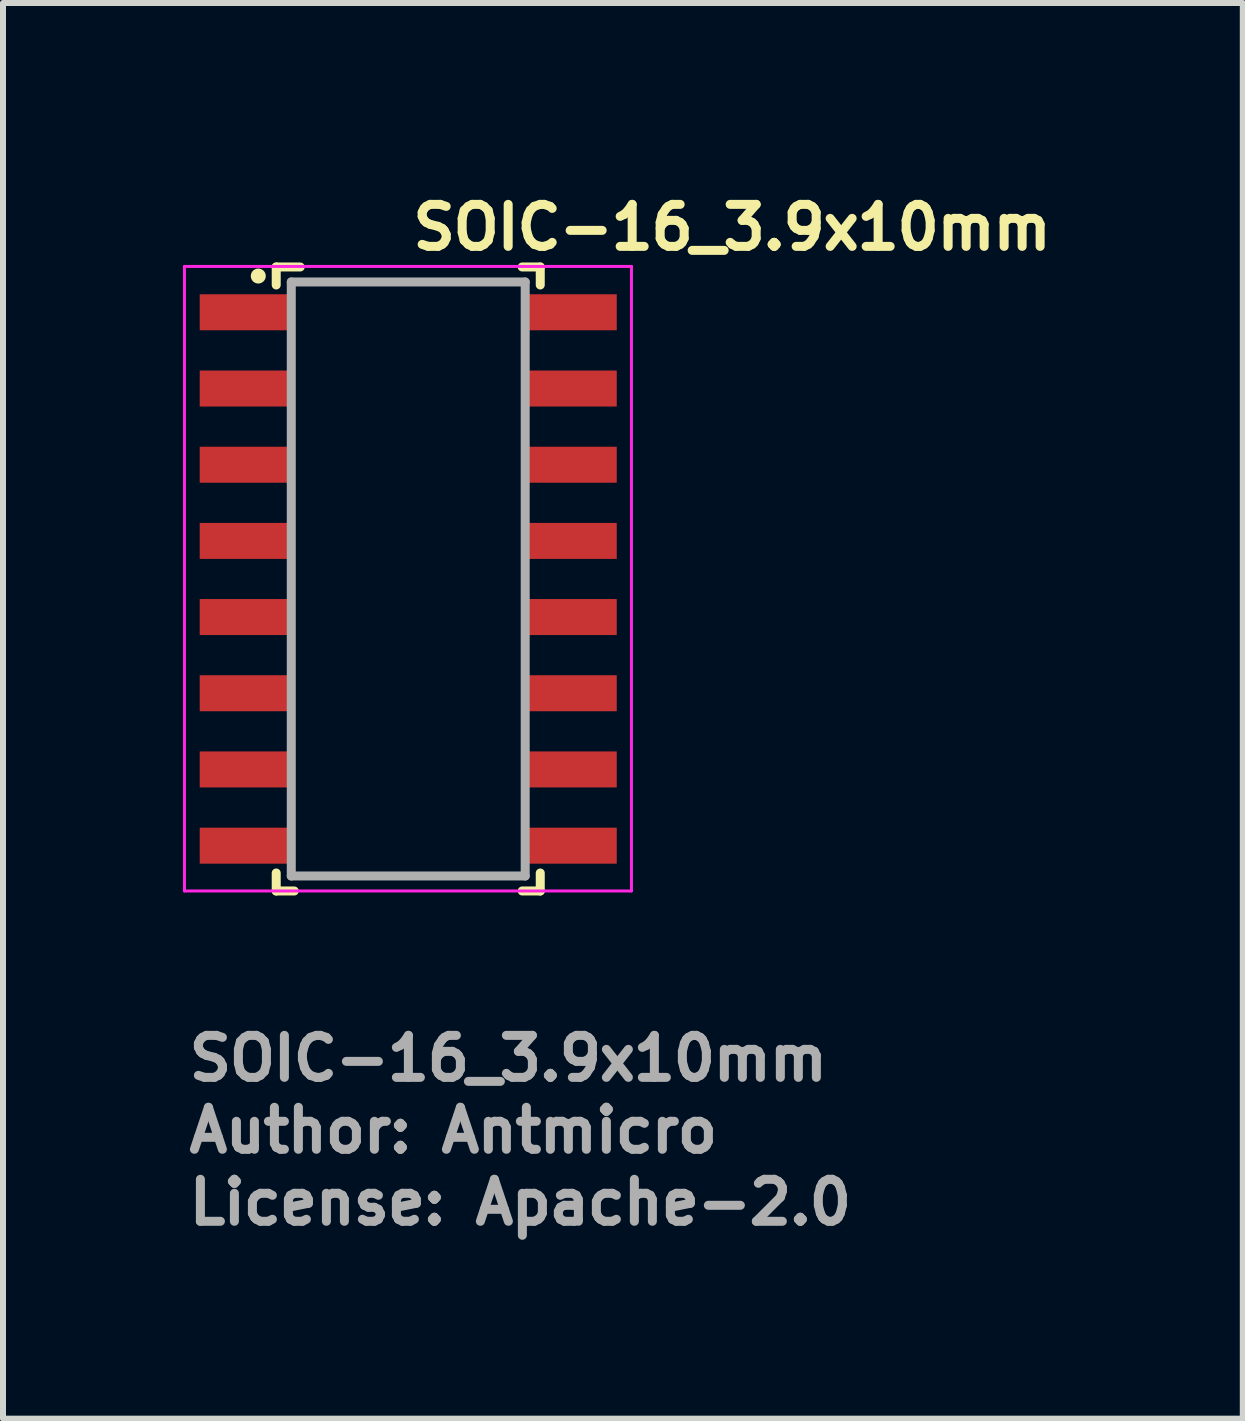
<source format=kicad_pcb>
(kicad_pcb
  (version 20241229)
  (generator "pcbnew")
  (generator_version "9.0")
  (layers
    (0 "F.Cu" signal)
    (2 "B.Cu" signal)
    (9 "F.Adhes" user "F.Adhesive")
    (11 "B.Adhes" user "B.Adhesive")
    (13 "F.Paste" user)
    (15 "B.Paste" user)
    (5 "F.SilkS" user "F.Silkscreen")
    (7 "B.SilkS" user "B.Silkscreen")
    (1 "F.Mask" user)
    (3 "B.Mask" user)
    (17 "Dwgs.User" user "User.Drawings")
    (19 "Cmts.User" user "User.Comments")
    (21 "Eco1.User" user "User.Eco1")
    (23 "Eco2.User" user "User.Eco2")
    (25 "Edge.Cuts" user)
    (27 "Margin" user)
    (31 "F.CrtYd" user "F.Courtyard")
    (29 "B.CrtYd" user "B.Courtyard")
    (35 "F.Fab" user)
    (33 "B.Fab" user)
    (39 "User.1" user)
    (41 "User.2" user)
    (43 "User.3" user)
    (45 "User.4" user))
  (footprint "SOIC-16_3.9x10mm"
    (layer "F.Cu")
    (at 3.755 6.601)
    (property "Reference" "SOIC-16_3.9x10mm" (at 0 -5.451 0) (layer "F.SilkS") (effects (font (size 0.7 0.7) (thickness 0.15)) (justify left bottom)))
    (attr smd)
    (fp_line (start -2.201 -5.201) (end -2.201 -4.901) (stroke (width 0.15) (type solid)) (layer "F.SilkS"))
    (fp_line (start -2.201 4.9) (end -2.201 5.2) (stroke (width 0.15) (type solid)) (layer "F.SilkS"))
    (fp_line (start -2.201 5.2) (end -1.9 5.2) (stroke (width 0.15) (type solid)) (layer "F.SilkS"))
    (fp_line (start -1.801 -5.201) (end -2.201 -5.201) (stroke (width 0.15) (type solid)) (layer "F.SilkS"))
    (fp_line (start 2.2 -5.201) (end 1.899 -5.201) (stroke (width 0.15) (type solid)) (layer "F.SilkS"))
    (fp_line (start 2.2 -4.901) (end 2.2 -5.201) (stroke (width 0.15) (type solid)) (layer "F.SilkS"))
    (fp_line (start 2.2 5.2) (end 1.899 5.2) (stroke (width 0.15) (type solid)) (layer "F.SilkS"))
    (fp_line (start 2.2 5.2) (end 2.2 4.9) (stroke (width 0.15) (type solid)) (layer "F.SilkS"))
    (fp_circle (center -2.5 -5.05) (end -2.45 -5.05) (stroke (width 0.15) (type solid)) (fill yes) (layer "F.SilkS"))
    (fp_line (start -3.73 -5.21) (end -3.73 5.2) (stroke (width 0.05) (type solid)) (layer "F.CrtYd"))
    (fp_line (start -3.73 -5.21) (end 3.72 -5.21) (stroke (width 0.05) (type solid)) (layer "F.CrtYd"))
    (fp_line (start -3.73 5.2) (end 3.72 5.2) (stroke (width 0.05) (type solid)) (layer "F.CrtYd"))
    (fp_line (start 3.72 -5.21) (end 3.72 5.2) (stroke (width 0.05) (type solid)) (layer "F.CrtYd"))
    (fp_line (start -1.95 4.95) (end -1.95 -4.951) (stroke (width 0.15) (type solid)) (layer "F.Fab"))
    (fp_line (start 1.949 -4.951) (end -1.95 -4.951) (stroke (width 0.15) (type solid)) (layer "F.Fab"))
    (fp_line (start 1.949 -4.951) (end 1.949 4.95) (stroke (width 0.15) (type solid)) (layer "F.Fab"))
    (fp_line (start 1.949 4.95) (end -1.95 4.95) (stroke (width 0.15) (type solid)) (layer "F.Fab"))
    (fp_line (start -3.013 -4.65) (end -3.013 -4.24) (stroke (width 0.01) (type solid)) (layer "User.9"))
    (fp_line (start -3.013 -3.38) (end -3.013 -2.97) (stroke (width 0.01) (type solid)) (layer "User.9"))
    (fp_line (start -3.013 -2.11) (end -3.013 -1.7) (stroke (width 0.01) (type solid)) (layer "User.9"))
    (fp_line (start -3.013 -0.84) (end -3.013 -0.43) (stroke (width 0.01) (type solid)) (layer "User.9"))
    (fp_line (start -3.013 0.43) (end -3.013 0.84) (stroke (width 0.01) (type solid)) (layer "User.9"))
    (fp_line (start -3.013 1.7) (end -3.013 2.11) (stroke (width 0.01) (type solid)) (layer "User.9"))
    (fp_line (start -3.013 2.97) (end -3.013 3.38) (stroke (width 0.01) (type solid)) (layer "User.9"))
    (fp_line (start -3.013 4.24) (end -3.013 4.65) (stroke (width 0.01) (type solid)) (layer "User.9"))
    (fp_line (start -2.485 -4.65) (end -3.013 -4.65) (stroke (width 0.01) (type solid)) (layer "User.9"))
    (fp_line (start -2.485 -4.65) (end -2.339 -4.65) (stroke (width 0.01) (type solid)) (layer "User.9"))
    (fp_line (start -2.485 -4.24) (end -3.013 -4.24) (stroke (width 0.01) (type solid)) (layer "User.9"))
    (fp_line (start -2.485 -4.24) (end -2.339 -4.24) (stroke (width 0.01) (type solid)) (layer "User.9"))
    (fp_line (start -2.485 -3.38) (end -3.013 -3.38) (stroke (width 0.01) (type solid)) (layer "User.9"))
    (fp_line (start -2.485 -3.38) (end -2.339 -3.38) (stroke (width 0.01) (type solid)) (layer "User.9"))
    (fp_line (start -2.485 -2.97) (end -3.013 -2.97) (stroke (width 0.01) (type solid)) (layer "User.9"))
    (fp_line (start -2.485 -2.97) (end -2.339 -2.97) (stroke (width 0.01) (type solid)) (layer "User.9"))
    (fp_line (start -2.485 -2.11) (end -3.013 -2.11) (stroke (width 0.01) (type solid)) (layer "User.9"))
    (fp_line (start -2.485 -2.11) (end -2.339 -2.11) (stroke (width 0.01) (type solid)) (layer "User.9"))
    (fp_line (start -2.485 -1.7) (end -3.013 -1.7) (stroke (width 0.01) (type solid)) (layer "User.9"))
    (fp_line (start -2.485 -1.7) (end -2.339 -1.7) (stroke (width 0.01) (type solid)) (layer "User.9"))
    (fp_line (start -2.485 -0.84) (end -3.013 -0.84) (stroke (width 0.01) (type solid)) (layer "User.9"))
    (fp_line (start -2.485 -0.84) (end -2.339 -0.84) (stroke (width 0.01) (type solid)) (layer "User.9"))
    (fp_line (start -2.485 -0.43) (end -3.013 -0.43) (stroke (width 0.01) (type solid)) (layer "User.9"))
    (fp_line (start -2.485 -0.43) (end -2.339 -0.43) (stroke (width 0.01) (type solid)) (layer "User.9"))
    (fp_line (start -2.485 0.43) (end -3.013 0.43) (stroke (width 0.01) (type solid)) (layer "User.9"))
    (fp_line (start -2.485 0.43) (end -2.339 0.43) (stroke (width 0.01) (type solid)) (layer "User.9"))
    (fp_line (start -2.485 0.84) (end -3.013 0.84) (stroke (width 0.01) (type solid)) (layer "User.9"))
    (fp_line (start -2.485 0.84) (end -2.339 0.84) (stroke (width 0.01) (type solid)) (layer "User.9"))
    (fp_line (start -2.485 1.7) (end -3.013 1.7) (stroke (width 0.01) (type solid)) (layer "User.9"))
    (fp_line (start -2.485 1.7) (end -2.339 1.7) (stroke (width 0.01) (type solid)) (layer "User.9"))
    (fp_line (start -2.485 2.11) (end -3.013 2.11) (stroke (width 0.01) (type solid)) (layer "User.9"))
    (fp_line (start -2.485 2.11) (end -2.339 2.11) (stroke (width 0.01) (type solid)) (layer "User.9"))
    (fp_line (start -2.485 2.97) (end -3.013 2.97) (stroke (width 0.01) (type solid)) (layer "User.9"))
    (fp_line (start -2.485 2.97) (end -2.339 2.97) (stroke (width 0.01) (type solid)) (layer "User.9"))
    (fp_line (start -2.485 3.38) (end -3.013 3.38) (stroke (width 0.01) (type solid)) (layer "User.9"))
    (fp_line (start -2.485 3.38) (end -2.339 3.38) (stroke (width 0.01) (type solid)) (layer "User.9"))
    (fp_line (start -2.485 4.24) (end -3.013 4.24) (stroke (width 0.01) (type solid)) (layer "User.9"))
    (fp_line (start -2.485 4.24) (end -2.339 4.24) (stroke (width 0.01) (type solid)) (layer "User.9"))
    (fp_line (start -2.485 4.65) (end -3.013 4.65) (stroke (width 0.01) (type solid)) (layer "User.9"))
    (fp_line (start -2.485 4.65) (end -2.339 4.65) (stroke (width 0.01) (type solid)) (layer "User.9"))
    (fp_line (start -2.339 -4.65) (end -2.256 -4.65) (stroke (width 0.01) (type solid)) (layer "User.9"))
    (fp_line (start -2.339 -3.38) (end -2.256 -3.38) (stroke (width 0.01) (type solid)) (layer "User.9"))
    (fp_line (start -2.339 -2.11) (end -2.256 -2.11) (stroke (width 0.01) (type solid)) (layer "User.9"))
    (fp_line (start -2.339 -0.84) (end -2.256 -0.84) (stroke (width 0.01) (type solid)) (layer "User.9"))
    (fp_line (start -2.339 0.43) (end -2.256 0.43) (stroke (width 0.01) (type solid)) (layer "User.9"))
    (fp_line (start -2.339 1.7) (end -2.256 1.7) (stroke (width 0.01) (type solid)) (layer "User.9"))
    (fp_line (start -2.339 2.97) (end -2.256 2.97) (stroke (width 0.01) (type solid)) (layer "User.9"))
    (fp_line (start -2.339 4.24) (end -2.256 4.24) (stroke (width 0.01) (type solid)) (layer "User.9"))
    (fp_line (start -2.256 -4.65) (end -1.97 -4.65) (stroke (width 0.01) (type solid)) (layer "User.9"))
    (fp_line (start -2.256 -4.24) (end -2.339 -4.24) (stroke (width 0.01) (type solid)) (layer "User.9"))
    (fp_line (start -2.256 -3.38) (end -1.97 -3.38) (stroke (width 0.01) (type solid)) (layer "User.9"))
    (fp_line (start -2.256 -2.97) (end -2.339 -2.97) (stroke (width 0.01) (type solid)) (layer "User.9"))
    (fp_line (start -2.256 -2.11) (end -1.97 -2.11) (stroke (width 0.01) (type solid)) (layer "User.9"))
    (fp_line (start -2.256 -1.7) (end -2.339 -1.7) (stroke (width 0.01) (type solid)) (layer "User.9"))
    (fp_line (start -2.256 -0.84) (end -1.97 -0.84) (stroke (width 0.01) (type solid)) (layer "User.9"))
    (fp_line (start -2.256 -0.43) (end -2.339 -0.43) (stroke (width 0.01) (type solid)) (layer "User.9"))
    (fp_line (start -2.256 0.43) (end -1.97 0.43) (stroke (width 0.01) (type solid)) (layer "User.9"))
    (fp_line (start -2.256 0.84) (end -2.339 0.84) (stroke (width 0.01) (type solid)) (layer "User.9"))
    (fp_line (start -2.256 1.7) (end -1.97 1.7) (stroke (width 0.01) (type solid)) (layer "User.9"))
    (fp_line (start -2.256 2.11) (end -2.339 2.11) (stroke (width 0.01) (type solid)) (layer "User.9"))
    (fp_line (start -2.256 2.97) (end -1.97 2.97) (stroke (width 0.01) (type solid)) (layer "User.9"))
    (fp_line (start -2.256 3.38) (end -2.339 3.38) (stroke (width 0.01) (type solid)) (layer "User.9"))
    (fp_line (start -2.256 4.24) (end -1.97 4.24) (stroke (width 0.01) (type solid)) (layer "User.9"))
    (fp_line (start -2.256 4.65) (end -2.339 4.65) (stroke (width 0.01) (type solid)) (layer "User.9"))
    (fp_line (start -1.97 -4.24) (end -2.256 -4.24) (stroke (width 0.01) (type solid)) (layer "User.9"))
    (fp_line (start -1.97 -2.97) (end -2.256 -2.97) (stroke (width 0.01) (type solid)) (layer "User.9"))
    (fp_line (start -1.97 -1.7) (end -2.256 -1.7) (stroke (width 0.01) (type solid)) (layer "User.9"))
    (fp_line (start -1.97 -0.43) (end -2.256 -0.43) (stroke (width 0.01) (type solid)) (layer "User.9"))
    (fp_line (start -1.97 0.84) (end -2.256 0.84) (stroke (width 0.01) (type solid)) (layer "User.9"))
    (fp_line (start -1.97 2.11) (end -2.256 2.11) (stroke (width 0.01) (type solid)) (layer "User.9"))
    (fp_line (start -1.97 3.38) (end -2.256 3.38) (stroke (width 0.01) (type solid)) (layer "User.9"))
    (fp_line (start -1.97 4.65) (end -2.256 4.65) (stroke (width 0.01) (type solid)) (layer "User.9"))
    (fp_line (start -1.95 -4.75) (end -1.95 -4.753) (stroke (width 0.01) (type solid)) (layer "User.9"))
    (fp_line (start -1.95 -4.65) (end -1.97 -4.65) (stroke (width 0.01) (type solid)) (layer "User.9"))
    (fp_line (start -1.95 -4.65) (end -1.95 -4.24) (stroke (width 0.01) (type solid)) (layer "User.9"))
    (fp_line (start -1.95 -4.24) (end -1.97 -4.24) (stroke (width 0.01) (type solid)) (layer "User.9"))
    (fp_line (start -1.95 -3.38) (end -1.97 -3.38) (stroke (width 0.01) (type solid)) (layer "User.9"))
    (fp_line (start -1.95 -3.38) (end -1.95 -2.97) (stroke (width 0.01) (type solid)) (layer "User.9"))
    (fp_line (start -1.95 -2.97) (end -1.97 -2.97) (stroke (width 0.01) (type solid)) (layer "User.9"))
    (fp_line (start -1.95 -2.11) (end -1.97 -2.11) (stroke (width 0.01) (type solid)) (layer "User.9"))
    (fp_line (start -1.95 -2.11) (end -1.95 -1.7) (stroke (width 0.01) (type solid)) (layer "User.9"))
    (fp_line (start -1.95 -1.7) (end -1.97 -1.7) (stroke (width 0.01) (type solid)) (layer "User.9"))
    (fp_line (start -1.95 -0.84) (end -1.97 -0.84) (stroke (width 0.01) (type solid)) (layer "User.9"))
    (fp_line (start -1.95 -0.84) (end -1.95 -0.43) (stroke (width 0.01) (type solid)) (layer "User.9"))
    (fp_line (start -1.95 -0.43) (end -1.97 -0.43) (stroke (width 0.01) (type solid)) (layer "User.9"))
    (fp_line (start -1.95 0.43) (end -1.97 0.43) (stroke (width 0.01) (type solid)) (layer "User.9"))
    (fp_line (start -1.95 0.43) (end -1.95 0.84) (stroke (width 0.01) (type solid)) (layer "User.9"))
    (fp_line (start -1.95 0.84) (end -1.97 0.84) (stroke (width 0.01) (type solid)) (layer "User.9"))
    (fp_line (start -1.95 1.7) (end -1.97 1.7) (stroke (width 0.01) (type solid)) (layer "User.9"))
    (fp_line (start -1.95 1.7) (end -1.95 2.11) (stroke (width 0.01) (type solid)) (layer "User.9"))
    (fp_line (start -1.95 2.11) (end -1.97 2.11) (stroke (width 0.01) (type solid)) (layer "User.9"))
    (fp_line (start -1.95 2.97) (end -1.97 2.97) (stroke (width 0.01) (type solid)) (layer "User.9"))
    (fp_line (start -1.95 2.97) (end -1.95 3.38) (stroke (width 0.01) (type solid)) (layer "User.9"))
    (fp_line (start -1.95 3.38) (end -1.97 3.38) (stroke (width 0.01) (type solid)) (layer "User.9"))
    (fp_line (start -1.95 4.24) (end -1.97 4.24) (stroke (width 0.01) (type solid)) (layer "User.9"))
    (fp_line (start -1.95 4.24) (end -1.95 4.65) (stroke (width 0.01) (type solid)) (layer "User.9"))
    (fp_line (start -1.95 4.65) (end -1.97 4.65) (stroke (width 0.01) (type solid)) (layer "User.9"))
    (fp_line (start -1.95 4.75) (end -1.95 -4.75) (stroke (width 0.01) (type solid)) (layer "User.9"))
    (fp_line (start -1.95 -4.753) (end -1.95 -4.763) (stroke (width 0.01) (type solid)) (layer "User.9"))
    (fp_line (start -1.95 4.753) (end -1.95 4.75) (stroke (width 0.01) (type solid)) (layer "User.9"))
    (fp_line (start -1.95 4.753) (end -1.95 4.763) (stroke (width 0.01) (type solid)) (layer "User.9"))
    (fp_line (start -1.95 -4.763) (end -1.95 -4.753) (stroke (width 0.01) (type solid)) (layer "User.9"))
    (fp_line (start -1.95 -4.763) (end -1.949 -4.773) (stroke (width 0.01) (type solid)) (layer "User.9"))
    (fp_line (start -1.95 4.763) (end -1.95 4.753) (stroke (width 0.01) (type solid)) (layer "User.9"))
    (fp_line (start -1.95 4.763) (end -1.949 4.773) (stroke (width 0.01) (type solid)) (layer "User.9"))
    (fp_line (start -1.949 -4.773) (end -1.95 -4.763) (stroke (width 0.01) (type solid)) (layer "User.9"))
    (fp_line (start -1.949 -4.773) (end -1.948 -4.783) (stroke (width 0.01) (type solid)) (layer "User.9"))
    (fp_line (start -1.949 4.773) (end -1.95 4.763) (stroke (width 0.01) (type solid)) (layer "User.9"))
    (fp_line (start -1.949 4.773) (end -1.948 4.783) (stroke (width 0.01) (type solid)) (layer "User.9"))
    (fp_line (start -1.948 -4.783) (end -1.949 -4.773) (stroke (width 0.01) (type solid)) (layer "User.9"))
    (fp_line (start -1.948 -4.783) (end -1.946 -4.792) (stroke (width 0.01) (type solid)) (layer "User.9"))
    (fp_line (start -1.948 4.783) (end -1.949 4.773) (stroke (width 0.01) (type solid)) (layer "User.9"))
    (fp_line (start -1.948 4.783) (end -1.946 4.792) (stroke (width 0.01) (type solid)) (layer "User.9"))
    (fp_line (start -1.946 -4.792) (end -1.948 -4.783) (stroke (width 0.01) (type solid)) (layer "User.9"))
    (fp_line (start -1.946 -4.792) (end -1.944 -4.802) (stroke (width 0.01) (type solid)) (layer "User.9"))
    (fp_line (start -1.946 4.792) (end -1.948 4.783) (stroke (width 0.01) (type solid)) (layer "User.9"))
    (fp_line (start -1.946 4.792) (end -1.944 4.802) (stroke (width 0.01) (type solid)) (layer "User.9"))
    (fp_line (start -1.944 -4.802) (end -1.946 -4.792) (stroke (width 0.01) (type solid)) (layer "User.9"))
    (fp_line (start -1.944 -4.802) (end -1.942 -4.811) (stroke (width 0.01) (type solid)) (layer "User.9"))
    (fp_line (start -1.944 4.802) (end -1.946 4.792) (stroke (width 0.01) (type solid)) (layer "User.9"))
    (fp_line (start -1.944 4.802) (end -1.942 4.811) (stroke (width 0.01) (type solid)) (layer "User.9"))
    (fp_line (start -1.942 -4.811) (end -1.944 -4.802) (stroke (width 0.01) (type solid)) (layer "User.9"))
    (fp_line (start -1.942 -4.811) (end -1.939 -4.82) (stroke (width 0.01) (type solid)) (layer "User.9"))
    (fp_line (start -1.942 4.811) (end -1.944 4.802) (stroke (width 0.01) (type solid)) (layer "User.9"))
    (fp_line (start -1.942 4.811) (end -1.939 4.82) (stroke (width 0.01) (type solid)) (layer "User.9"))
    (fp_line (start -1.939 -4.82) (end -1.942 -4.811) (stroke (width 0.01) (type solid)) (layer "User.9"))
    (fp_line (start -1.939 -4.82) (end -1.935 -4.829) (stroke (width 0.01) (type solid)) (layer "User.9"))
    (fp_line (start -1.939 4.82) (end -1.942 4.811) (stroke (width 0.01) (type solid)) (layer "User.9"))
    (fp_line (start -1.939 4.82) (end -1.935 4.829) (stroke (width 0.01) (type solid)) (layer "User.9"))
    (fp_line (start -1.935 -4.829) (end -1.939 -4.82) (stroke (width 0.01) (type solid)) (layer "User.9"))
    (fp_line (start -1.935 -4.829) (end -1.931 -4.838) (stroke (width 0.01) (type solid)) (layer "User.9"))
    (fp_line (start -1.935 4.829) (end -1.939 4.82) (stroke (width 0.01) (type solid)) (layer "User.9"))
    (fp_line (start -1.935 4.829) (end -1.931 4.838) (stroke (width 0.01) (type solid)) (layer "User.9"))
    (fp_line (start -1.931 -4.838) (end -1.935 -4.829) (stroke (width 0.01) (type solid)) (layer "User.9"))
    (fp_line (start -1.931 -4.838) (end -1.927 -4.847) (stroke (width 0.01) (type solid)) (layer "User.9"))
    (fp_line (start -1.931 4.838) (end -1.935 4.829) (stroke (width 0.01) (type solid)) (layer "User.9"))
    (fp_line (start -1.931 4.838) (end -1.927 4.847) (stroke (width 0.01) (type solid)) (layer "User.9"))
    (fp_line (start -1.927 -4.847) (end -1.931 -4.838) (stroke (width 0.01) (type solid)) (layer "User.9"))
    (fp_line (start -1.927 -4.847) (end -1.922 -4.855) (stroke (width 0.01) (type solid)) (layer "User.9"))
    (fp_line (start -1.927 4.847) (end -1.931 4.838) (stroke (width 0.01) (type solid)) (layer "User.9"))
    (fp_line (start -1.927 4.847) (end -1.922 4.855) (stroke (width 0.01) (type solid)) (layer "User.9"))
    (fp_line (start -1.922 -4.855) (end -1.927 -4.847) (stroke (width 0.01) (type solid)) (layer "User.9"))
    (fp_line (start -1.922 -4.855) (end -1.917 -4.863) (stroke (width 0.01) (type solid)) (layer "User.9"))
    (fp_line (start -1.922 4.855) (end -1.927 4.847) (stroke (width 0.01) (type solid)) (layer "User.9"))
    (fp_line (start -1.922 4.855) (end -1.917 4.863) (stroke (width 0.01) (type solid)) (layer "User.9"))
    (fp_line (start -1.917 -4.863) (end -1.922 -4.855) (stroke (width 0.01) (type solid)) (layer "User.9"))
    (fp_line (start -1.917 -4.863) (end -1.911 -4.871) (stroke (width 0.01) (type solid)) (layer "User.9"))
    (fp_line (start -1.917 4.863) (end -1.922 4.855) (stroke (width 0.01) (type solid)) (layer "User.9"))
    (fp_line (start -1.917 4.863) (end -1.911 4.871) (stroke (width 0.01) (type solid)) (layer "User.9"))
    (fp_line (start -1.911 -4.871) (end -1.917 -4.863) (stroke (width 0.01) (type solid)) (layer "User.9"))
    (fp_line (start -1.911 -4.871) (end -1.905 -4.878) (stroke (width 0.01) (type solid)) (layer "User.9"))
    (fp_line (start -1.911 4.871) (end -1.917 4.863) (stroke (width 0.01) (type solid)) (layer "User.9"))
    (fp_line (start -1.911 4.871) (end -1.905 4.878) (stroke (width 0.01) (type solid)) (layer "User.9"))
    (fp_line (start -1.905 -4.878) (end -1.911 -4.871) (stroke (width 0.01) (type solid)) (layer "User.9"))
    (fp_line (start -1.905 -4.878) (end -1.899 -4.886) (stroke (width 0.01) (type solid)) (layer "User.9"))
    (fp_line (start -1.905 4.878) (end -1.911 4.871) (stroke (width 0.01) (type solid)) (layer "User.9"))
    (fp_line (start -1.905 4.878) (end -1.899 4.886) (stroke (width 0.01) (type solid)) (layer "User.9"))
    (fp_line (start -1.899 -4.886) (end -1.905 -4.878) (stroke (width 0.01) (type solid)) (layer "User.9"))
    (fp_line (start -1.899 -4.886) (end -1.892 -4.892) (stroke (width 0.01) (type solid)) (layer "User.9"))
    (fp_line (start -1.899 4.886) (end -1.905 4.878) (stroke (width 0.01) (type solid)) (layer "User.9"))
    (fp_line (start -1.899 4.886) (end -1.892 4.892) (stroke (width 0.01) (type solid)) (layer "User.9"))
    (fp_line (start -1.892 -4.892) (end -1.899 -4.886) (stroke (width 0.01) (type solid)) (layer "User.9"))
    (fp_line (start -1.892 -4.892) (end -1.886 -4.899) (stroke (width 0.01) (type solid)) (layer "User.9"))
    (fp_line (start -1.892 4.892) (end -1.899 4.886) (stroke (width 0.01) (type solid)) (layer "User.9"))
    (fp_line (start -1.892 4.892) (end -1.886 4.899) (stroke (width 0.01) (type solid)) (layer "User.9"))
    (fp_line (start -1.886 -4.899) (end -1.892 -4.892) (stroke (width 0.01) (type solid)) (layer "User.9"))
    (fp_line (start -1.886 -4.899) (end -1.878 -4.905) (stroke (width 0.01) (type solid)) (layer "User.9"))
    (fp_line (start -1.886 4.899) (end -1.892 4.892) (stroke (width 0.01) (type solid)) (layer "User.9"))
    (fp_line (start -1.886 4.899) (end -1.878 4.905) (stroke (width 0.01) (type solid)) (layer "User.9"))
    (fp_line (start -1.878 -4.905) (end -1.886 -4.899) (stroke (width 0.01) (type solid)) (layer "User.9"))
    (fp_line (start -1.878 -4.905) (end -1.871 -4.911) (stroke (width 0.01) (type solid)) (layer "User.9"))
    (fp_line (start -1.878 4.905) (end -1.886 4.899) (stroke (width 0.01) (type solid)) (layer "User.9"))
    (fp_line (start -1.878 4.905) (end -1.871 4.911) (stroke (width 0.01) (type solid)) (layer "User.9"))
    (fp_line (start -1.871 -4.911) (end -1.878 -4.905) (stroke (width 0.01) (type solid)) (layer "User.9"))
    (fp_line (start -1.871 -4.911) (end -1.863 -4.917) (stroke (width 0.01) (type solid)) (layer "User.9"))
    (fp_line (start -1.871 4.911) (end -1.878 4.905) (stroke (width 0.01) (type solid)) (layer "User.9"))
    (fp_line (start -1.871 4.911) (end -1.863 4.917) (stroke (width 0.01) (type solid)) (layer "User.9"))
    (fp_line (start -1.863 -4.917) (end -1.871 -4.911) (stroke (width 0.01) (type solid)) (layer "User.9"))
    (fp_line (start -1.863 -4.917) (end -1.855 -4.922) (stroke (width 0.01) (type solid)) (layer "User.9"))
    (fp_line (start -1.863 4.917) (end -1.871 4.911) (stroke (width 0.01) (type solid)) (layer "User.9"))
    (fp_line (start -1.863 4.917) (end -1.855 4.922) (stroke (width 0.01) (type solid)) (layer "User.9"))
    (fp_line (start -1.855 -4.922) (end -1.863 -4.917) (stroke (width 0.01) (type solid)) (layer "User.9"))
    (fp_line (start -1.855 -4.922) (end -1.847 -4.927) (stroke (width 0.01) (type solid)) (layer "User.9"))
    (fp_line (start -1.855 4.922) (end -1.863 4.917) (stroke (width 0.01) (type solid)) (layer "User.9"))
    (fp_line (start -1.855 4.922) (end -1.847 4.927) (stroke (width 0.01) (type solid)) (layer "User.9"))
    (fp_line (start -1.847 -4.927) (end -1.855 -4.922) (stroke (width 0.01) (type solid)) (layer "User.9"))
    (fp_line (start -1.847 -4.927) (end -1.838 -4.931) (stroke (width 0.01) (type solid)) (layer "User.9"))
    (fp_line (start -1.847 4.927) (end -1.855 4.922) (stroke (width 0.01) (type solid)) (layer "User.9"))
    (fp_line (start -1.847 4.927) (end -1.838 4.931) (stroke (width 0.01) (type solid)) (layer "User.9"))
    (fp_line (start -1.838 -4.931) (end -1.847 -4.927) (stroke (width 0.01) (type solid)) (layer "User.9"))
    (fp_line (start -1.838 -4.931) (end -1.829 -4.935) (stroke (width 0.01) (type solid)) (layer "User.9"))
    (fp_line (start -1.838 4.931) (end -1.847 4.927) (stroke (width 0.01) (type solid)) (layer "User.9"))
    (fp_line (start -1.838 4.931) (end -1.829 4.935) (stroke (width 0.01) (type solid)) (layer "User.9"))
    (fp_line (start -1.829 -4.935) (end -1.838 -4.931) (stroke (width 0.01) (type solid)) (layer "User.9"))
    (fp_line (start -1.829 -4.935) (end -1.82 -4.939) (stroke (width 0.01) (type solid)) (layer "User.9"))
    (fp_line (start -1.829 4.935) (end -1.838 4.931) (stroke (width 0.01) (type solid)) (layer "User.9"))
    (fp_line (start -1.829 4.935) (end -1.82 4.939) (stroke (width 0.01) (type solid)) (layer "User.9"))
    (fp_line (start -1.82 -4.939) (end -1.829 -4.935) (stroke (width 0.01) (type solid)) (layer "User.9"))
    (fp_line (start -1.82 -4.939) (end -1.811 -4.942) (stroke (width 0.01) (type solid)) (layer "User.9"))
    (fp_line (start -1.82 4.939) (end -1.829 4.935) (stroke (width 0.01) (type solid)) (layer "User.9"))
    (fp_line (start -1.82 4.939) (end -1.811 4.942) (stroke (width 0.01) (type solid)) (layer "User.9"))
    (fp_line (start -1.811 -4.942) (end -1.82 -4.939) (stroke (width 0.01) (type solid)) (layer "User.9"))
    (fp_line (start -1.811 -4.942) (end -1.802 -4.944) (stroke (width 0.01) (type solid)) (layer "User.9"))
    (fp_line (start -1.811 4.942) (end -1.82 4.939) (stroke (width 0.01) (type solid)) (layer "User.9"))
    (fp_line (start -1.811 4.942) (end -1.802 4.944) (stroke (width 0.01) (type solid)) (layer "User.9"))
    (fp_line (start -1.802 -4.944) (end -1.811 -4.942) (stroke (width 0.01) (type solid)) (layer "User.9"))
    (fp_line (start -1.802 -4.944) (end -1.792 -4.946) (stroke (width 0.01) (type solid)) (layer "User.9"))
    (fp_line (start -1.802 4.944) (end -1.811 4.942) (stroke (width 0.01) (type solid)) (layer "User.9"))
    (fp_line (start -1.802 4.944) (end -1.792 4.946) (stroke (width 0.01) (type solid)) (layer "User.9"))
    (fp_line (start -1.792 -4.946) (end -1.802 -4.944) (stroke (width 0.01) (type solid)) (layer "User.9"))
    (fp_line (start -1.792 -4.946) (end -1.783 -4.948) (stroke (width 0.01) (type solid)) (layer "User.9"))
    (fp_line (start -1.792 4.946) (end -1.802 4.944) (stroke (width 0.01) (type solid)) (layer "User.9"))
    (fp_line (start -1.792 4.946) (end -1.783 4.948) (stroke (width 0.01) (type solid)) (layer "User.9"))
    (fp_line (start -1.783 -4.948) (end -1.792 -4.946) (stroke (width 0.01) (type solid)) (layer "User.9"))
    (fp_line (start -1.783 -4.948) (end -1.773 -4.949) (stroke (width 0.01) (type solid)) (layer "User.9"))
    (fp_line (start -1.783 4.948) (end -1.792 4.946) (stroke (width 0.01) (type solid)) (layer "User.9"))
    (fp_line (start -1.783 4.948) (end -1.773 4.949) (stroke (width 0.01) (type solid)) (layer "User.9"))
    (fp_line (start -1.773 -4.949) (end -1.783 -4.948) (stroke (width 0.01) (type solid)) (layer "User.9"))
    (fp_line (start -1.773 -4.949) (end -1.763 -4.95) (stroke (width 0.01) (type solid)) (layer "User.9"))
    (fp_line (start -1.773 4.949) (end -1.783 4.948) (stroke (width 0.01) (type solid)) (layer "User.9"))
    (fp_line (start -1.773 4.949) (end -1.763 4.95) (stroke (width 0.01) (type solid)) (layer "User.9"))
    (fp_line (start -1.763 -4.95) (end -1.773 -4.949) (stroke (width 0.01) (type solid)) (layer "User.9"))
    (fp_line (start -1.763 -4.95) (end -1.753 -4.95) (stroke (width 0.01) (type solid)) (layer "User.9"))
    (fp_line (start -1.763 4.95) (end -1.773 4.949) (stroke (width 0.01) (type solid)) (layer "User.9"))
    (fp_line (start -1.763 4.95) (end -1.753 4.95) (stroke (width 0.01) (type solid)) (layer "User.9"))
    (fp_line (start -1.753 -4.95) (end -1.763 -4.95) (stroke (width 0.01) (type solid)) (layer "User.9"))
    (fp_line (start -1.753 -4.95) (end -1.75 -4.95) (stroke (width 0.01) (type solid)) (layer "User.9"))
    (fp_line (start -1.753 4.95) (end -1.763 4.95) (stroke (width 0.01) (type solid)) (layer "User.9"))
    (fp_line (start -1.75 4.95) (end -1.753 4.95) (stroke (width 0.01) (type solid)) (layer "User.9"))
    (fp_line (start 1.75 -4.95) (end -1.75 -4.95) (stroke (width 0.01) (type solid)) (layer "User.9"))
    (fp_line (start 1.75 -4.95) (end 1.753 -4.95) (stroke (width 0.01) (type solid)) (layer "User.9"))
    (fp_line (start 1.75 4.95) (end -1.75 4.95) (stroke (width 0.01) (type solid)) (layer "User.9"))
    (fp_line (start 1.753 -4.95) (end 1.763 -4.95) (stroke (width 0.01) (type solid)) (layer "User.9"))
    (fp_line (start 1.753 4.95) (end 1.75 4.95) (stroke (width 0.01) (type solid)) (layer "User.9"))
    (fp_line (start 1.753 4.95) (end 1.763 4.95) (stroke (width 0.01) (type solid)) (layer "User.9"))
    (fp_line (start 1.763 -4.95) (end 1.753 -4.95) (stroke (width 0.01) (type solid)) (layer "User.9"))
    (fp_line (start 1.763 -4.95) (end 1.773 -4.949) (stroke (width 0.01) (type solid)) (layer "User.9"))
    (fp_line (start 1.763 4.95) (end 1.753 4.95) (stroke (width 0.01) (type solid)) (layer "User.9"))
    (fp_line (start 1.763 4.95) (end 1.773 4.949) (stroke (width 0.01) (type solid)) (layer "User.9"))
    (fp_line (start 1.773 -4.949) (end 1.763 -4.95) (stroke (width 0.01) (type solid)) (layer "User.9"))
    (fp_line (start 1.773 -4.949) (end 1.783 -4.948) (stroke (width 0.01) (type solid)) (layer "User.9"))
    (fp_line (start 1.773 4.949) (end 1.763 4.95) (stroke (width 0.01) (type solid)) (layer "User.9"))
    (fp_line (start 1.773 4.949) (end 1.783 4.948) (stroke (width 0.01) (type solid)) (layer "User.9"))
    (fp_line (start 1.783 -4.948) (end 1.773 -4.949) (stroke (width 0.01) (type solid)) (layer "User.9"))
    (fp_line (start 1.783 -4.948) (end 1.792 -4.946) (stroke (width 0.01) (type solid)) (layer "User.9"))
    (fp_line (start 1.783 4.948) (end 1.773 4.949) (stroke (width 0.01) (type solid)) (layer "User.9"))
    (fp_line (start 1.783 4.948) (end 1.792 4.946) (stroke (width 0.01) (type solid)) (layer "User.9"))
    (fp_line (start 1.792 -4.946) (end 1.783 -4.948) (stroke (width 0.01) (type solid)) (layer "User.9"))
    (fp_line (start 1.792 -4.946) (end 1.802 -4.944) (stroke (width 0.01) (type solid)) (layer "User.9"))
    (fp_line (start 1.792 4.946) (end 1.783 4.948) (stroke (width 0.01) (type solid)) (layer "User.9"))
    (fp_line (start 1.792 4.946) (end 1.802 4.944) (stroke (width 0.01) (type solid)) (layer "User.9"))
    (fp_line (start 1.802 -4.944) (end 1.792 -4.946) (stroke (width 0.01) (type solid)) (layer "User.9"))
    (fp_line (start 1.802 -4.944) (end 1.811 -4.942) (stroke (width 0.01) (type solid)) (layer "User.9"))
    (fp_line (start 1.802 4.944) (end 1.792 4.946) (stroke (width 0.01) (type solid)) (layer "User.9"))
    (fp_line (start 1.802 4.944) (end 1.811 4.942) (stroke (width 0.01) (type solid)) (layer "User.9"))
    (fp_line (start 1.811 -4.942) (end 1.802 -4.944) (stroke (width 0.01) (type solid)) (layer "User.9"))
    (fp_line (start 1.811 -4.942) (end 1.82 -4.939) (stroke (width 0.01) (type solid)) (layer "User.9"))
    (fp_line (start 1.811 4.942) (end 1.802 4.944) (stroke (width 0.01) (type solid)) (layer "User.9"))
    (fp_line (start 1.811 4.942) (end 1.82 4.939) (stroke (width 0.01) (type solid)) (layer "User.9"))
    (fp_line (start 1.82 -4.939) (end 1.811 -4.942) (stroke (width 0.01) (type solid)) (layer "User.9"))
    (fp_line (start 1.82 -4.939) (end 1.829 -4.935) (stroke (width 0.01) (type solid)) (layer "User.9"))
    (fp_line (start 1.82 4.939) (end 1.811 4.942) (stroke (width 0.01) (type solid)) (layer "User.9"))
    (fp_line (start 1.82 4.939) (end 1.829 4.935) (stroke (width 0.01) (type solid)) (layer "User.9"))
    (fp_line (start 1.829 -4.935) (end 1.82 -4.939) (stroke (width 0.01) (type solid)) (layer "User.9"))
    (fp_line (start 1.829 -4.935) (end 1.838 -4.931) (stroke (width 0.01) (type solid)) (layer "User.9"))
    (fp_line (start 1.829 4.935) (end 1.82 4.939) (stroke (width 0.01) (type solid)) (layer "User.9"))
    (fp_line (start 1.829 4.935) (end 1.838 4.931) (stroke (width 0.01) (type solid)) (layer "User.9"))
    (fp_line (start 1.838 -4.931) (end 1.829 -4.935) (stroke (width 0.01) (type solid)) (layer "User.9"))
    (fp_line (start 1.838 -4.931) (end 1.847 -4.927) (stroke (width 0.01) (type solid)) (layer "User.9"))
    (fp_line (start 1.838 4.931) (end 1.829 4.935) (stroke (width 0.01) (type solid)) (layer "User.9"))
    (fp_line (start 1.838 4.931) (end 1.847 4.927) (stroke (width 0.01) (type solid)) (layer "User.9"))
    (fp_line (start 1.847 -4.927) (end 1.838 -4.931) (stroke (width 0.01) (type solid)) (layer "User.9"))
    (fp_line (start 1.847 -4.927) (end 1.855 -4.922) (stroke (width 0.01) (type solid)) (layer "User.9"))
    (fp_line (start 1.847 4.927) (end 1.838 4.931) (stroke (width 0.01) (type solid)) (layer "User.9"))
    (fp_line (start 1.847 4.927) (end 1.855 4.922) (stroke (width 0.01) (type solid)) (layer "User.9"))
    (fp_line (start 1.855 -4.922) (end 1.847 -4.927) (stroke (width 0.01) (type solid)) (layer "User.9"))
    (fp_line (start 1.855 -4.922) (end 1.863 -4.917) (stroke (width 0.01) (type solid)) (layer "User.9"))
    (fp_line (start 1.855 4.922) (end 1.847 4.927) (stroke (width 0.01) (type solid)) (layer "User.9"))
    (fp_line (start 1.855 4.922) (end 1.863 4.917) (stroke (width 0.01) (type solid)) (layer "User.9"))
    (fp_line (start 1.863 -4.917) (end 1.855 -4.922) (stroke (width 0.01) (type solid)) (layer "User.9"))
    (fp_line (start 1.863 -4.917) (end 1.871 -4.911) (stroke (width 0.01) (type solid)) (layer "User.9"))
    (fp_line (start 1.863 4.917) (end 1.855 4.922) (stroke (width 0.01) (type solid)) (layer "User.9"))
    (fp_line (start 1.863 4.917) (end 1.871 4.911) (stroke (width 0.01) (type solid)) (layer "User.9"))
    (fp_line (start 1.871 -4.911) (end 1.863 -4.917) (stroke (width 0.01) (type solid)) (layer "User.9"))
    (fp_line (start 1.871 -4.911) (end 1.878 -4.905) (stroke (width 0.01) (type solid)) (layer "User.9"))
    (fp_line (start 1.871 4.911) (end 1.863 4.917) (stroke (width 0.01) (type solid)) (layer "User.9"))
    (fp_line (start 1.871 4.911) (end 1.878 4.905) (stroke (width 0.01) (type solid)) (layer "User.9"))
    (fp_line (start 1.878 -4.905) (end 1.871 -4.911) (stroke (width 0.01) (type solid)) (layer "User.9"))
    (fp_line (start 1.878 -4.905) (end 1.886 -4.899) (stroke (width 0.01) (type solid)) (layer "User.9"))
    (fp_line (start 1.878 4.905) (end 1.871 4.911) (stroke (width 0.01) (type solid)) (layer "User.9"))
    (fp_line (start 1.878 4.905) (end 1.886 4.899) (stroke (width 0.01) (type solid)) (layer "User.9"))
    (fp_line (start 1.886 -4.899) (end 1.878 -4.905) (stroke (width 0.01) (type solid)) (layer "User.9"))
    (fp_line (start 1.886 -4.899) (end 1.892 -4.892) (stroke (width 0.01) (type solid)) (layer "User.9"))
    (fp_line (start 1.886 4.899) (end 1.878 4.905) (stroke (width 0.01) (type solid)) (layer "User.9"))
    (fp_line (start 1.886 4.899) (end 1.892 4.892) (stroke (width 0.01) (type solid)) (layer "User.9"))
    (fp_line (start 1.892 -4.892) (end 1.886 -4.899) (stroke (width 0.01) (type solid)) (layer "User.9"))
    (fp_line (start 1.892 -4.892) (end 1.899 -4.886) (stroke (width 0.01) (type solid)) (layer "User.9"))
    (fp_line (start 1.892 4.892) (end 1.886 4.899) (stroke (width 0.01) (type solid)) (layer "User.9"))
    (fp_line (start 1.892 4.892) (end 1.899 4.886) (stroke (width 0.01) (type solid)) (layer "User.9"))
    (fp_line (start 1.899 -4.886) (end 1.892 -4.892) (stroke (width 0.01) (type solid)) (layer "User.9"))
    (fp_line (start 1.899 -4.886) (end 1.905 -4.878) (stroke (width 0.01) (type solid)) (layer "User.9"))
    (fp_line (start 1.899 4.886) (end 1.892 4.892) (stroke (width 0.01) (type solid)) (layer "User.9"))
    (fp_line (start 1.899 4.886) (end 1.905 4.878) (stroke (width 0.01) (type solid)) (layer "User.9"))
    (fp_line (start 1.905 -4.878) (end 1.899 -4.886) (stroke (width 0.01) (type solid)) (layer "User.9"))
    (fp_line (start 1.905 -4.878) (end 1.911 -4.871) (stroke (width 0.01) (type solid)) (layer "User.9"))
    (fp_line (start 1.905 4.878) (end 1.899 4.886) (stroke (width 0.01) (type solid)) (layer "User.9"))
    (fp_line (start 1.905 4.878) (end 1.911 4.871) (stroke (width 0.01) (type solid)) (layer "User.9"))
    (fp_line (start 1.911 -4.871) (end 1.905 -4.878) (stroke (width 0.01) (type solid)) (layer "User.9"))
    (fp_line (start 1.911 -4.871) (end 1.917 -4.863) (stroke (width 0.01) (type solid)) (layer "User.9"))
    (fp_line (start 1.911 4.871) (end 1.905 4.878) (stroke (width 0.01) (type solid)) (layer "User.9"))
    (fp_line (start 1.911 4.871) (end 1.917 4.863) (stroke (width 0.01) (type solid)) (layer "User.9"))
    (fp_line (start 1.917 -4.863) (end 1.911 -4.871) (stroke (width 0.01) (type solid)) (layer "User.9"))
    (fp_line (start 1.917 -4.863) (end 1.922 -4.855) (stroke (width 0.01) (type solid)) (layer "User.9"))
    (fp_line (start 1.917 4.863) (end 1.911 4.871) (stroke (width 0.01) (type solid)) (layer "User.9"))
    (fp_line (start 1.917 4.863) (end 1.922 4.855) (stroke (width 0.01) (type solid)) (layer "User.9"))
    (fp_line (start 1.922 -4.855) (end 1.917 -4.863) (stroke (width 0.01) (type solid)) (layer "User.9"))
    (fp_line (start 1.922 -4.855) (end 1.927 -4.847) (stroke (width 0.01) (type solid)) (layer "User.9"))
    (fp_line (start 1.922 4.855) (end 1.917 4.863) (stroke (width 0.01) (type solid)) (layer "User.9"))
    (fp_line (start 1.922 4.855) (end 1.927 4.847) (stroke (width 0.01) (type solid)) (layer "User.9"))
    (fp_line (start 1.927 -4.847) (end 1.922 -4.855) (stroke (width 0.01) (type solid)) (layer "User.9"))
    (fp_line (start 1.927 -4.847) (end 1.931 -4.838) (stroke (width 0.01) (type solid)) (layer "User.9"))
    (fp_line (start 1.927 4.847) (end 1.922 4.855) (stroke (width 0.01) (type solid)) (layer "User.9"))
    (fp_line (start 1.927 4.847) (end 1.931 4.838) (stroke (width 0.01) (type solid)) (layer "User.9"))
    (fp_line (start 1.931 -4.838) (end 1.927 -4.847) (stroke (width 0.01) (type solid)) (layer "User.9"))
    (fp_line (start 1.931 -4.838) (end 1.935 -4.829) (stroke (width 0.01) (type solid)) (layer "User.9"))
    (fp_line (start 1.931 4.838) (end 1.927 4.847) (stroke (width 0.01) (type solid)) (layer "User.9"))
    (fp_line (start 1.931 4.838) (end 1.935 4.829) (stroke (width 0.01) (type solid)) (layer "User.9"))
    (fp_line (start 1.935 -4.829) (end 1.931 -4.838) (stroke (width 0.01) (type solid)) (layer "User.9"))
    (fp_line (start 1.935 -4.829) (end 1.939 -4.82) (stroke (width 0.01) (type solid)) (layer "User.9"))
    (fp_line (start 1.935 4.829) (end 1.931 4.838) (stroke (width 0.01) (type solid)) (layer "User.9"))
    (fp_line (start 1.935 4.829) (end 1.939 4.82) (stroke (width 0.01) (type solid)) (layer "User.9"))
    (fp_line (start 1.939 -4.82) (end 1.935 -4.829) (stroke (width 0.01) (type solid)) (layer "User.9"))
    (fp_line (start 1.939 -4.82) (end 1.942 -4.811) (stroke (width 0.01) (type solid)) (layer "User.9"))
    (fp_line (start 1.939 4.82) (end 1.935 4.829) (stroke (width 0.01) (type solid)) (layer "User.9"))
    (fp_line (start 1.939 4.82) (end 1.942 4.811) (stroke (width 0.01) (type solid)) (layer "User.9"))
    (fp_line (start 1.942 -4.811) (end 1.939 -4.82) (stroke (width 0.01) (type solid)) (layer "User.9"))
    (fp_line (start 1.942 -4.811) (end 1.944 -4.802) (stroke (width 0.01) (type solid)) (layer "User.9"))
    (fp_line (start 1.942 4.811) (end 1.939 4.82) (stroke (width 0.01) (type solid)) (layer "User.9"))
    (fp_line (start 1.942 4.811) (end 1.944 4.802) (stroke (width 0.01) (type solid)) (layer "User.9"))
    (fp_line (start 1.944 -4.802) (end 1.942 -4.811) (stroke (width 0.01) (type solid)) (layer "User.9"))
    (fp_line (start 1.944 -4.802) (end 1.946 -4.792) (stroke (width 0.01) (type solid)) (layer "User.9"))
    (fp_line (start 1.944 4.802) (end 1.942 4.811) (stroke (width 0.01) (type solid)) (layer "User.9"))
    (fp_line (start 1.944 4.802) (end 1.946 4.792) (stroke (width 0.01) (type solid)) (layer "User.9"))
    (fp_line (start 1.946 -4.792) (end 1.944 -4.802) (stroke (width 0.01) (type solid)) (layer "User.9"))
    (fp_line (start 1.946 -4.792) (end 1.948 -4.783) (stroke (width 0.01) (type solid)) (layer "User.9"))
    (fp_line (start 1.946 4.792) (end 1.944 4.802) (stroke (width 0.01) (type solid)) (layer "User.9"))
    (fp_line (start 1.946 4.792) (end 1.948 4.783) (stroke (width 0.01) (type solid)) (layer "User.9"))
    (fp_line (start 1.948 -4.783) (end 1.946 -4.792) (stroke (width 0.01) (type solid)) (layer "User.9"))
    (fp_line (start 1.948 -4.783) (end 1.949 -4.773) (stroke (width 0.01) (type solid)) (layer "User.9"))
    (fp_line (start 1.948 4.783) (end 1.946 4.792) (stroke (width 0.01) (type solid)) (layer "User.9"))
    (fp_line (start 1.948 4.783) (end 1.949 4.773) (stroke (width 0.01) (type solid)) (layer "User.9"))
    (fp_line (start 1.949 -4.773) (end 1.948 -4.783) (stroke (width 0.01) (type solid)) (layer "User.9"))
    (fp_line (start 1.949 -4.773) (end 1.95 -4.763) (stroke (width 0.01) (type solid)) (layer "User.9"))
    (fp_line (start 1.949 4.773) (end 1.948 4.783) (stroke (width 0.01) (type solid)) (layer "User.9"))
    (fp_line (start 1.949 4.773) (end 1.95 4.763) (stroke (width 0.01) (type solid)) (layer "User.9"))
    (fp_line (start 1.95 -4.763) (end 1.949 -4.773) (stroke (width 0.01) (type solid)) (layer "User.9"))
    (fp_line (start 1.95 -4.763) (end 1.95 -4.753) (stroke (width 0.01) (type solid)) (layer "User.9"))
    (fp_line (start 1.95 4.763) (end 1.949 4.773) (stroke (width 0.01) (type solid)) (layer "User.9"))
    (fp_line (start 1.95 4.763) (end 1.95 4.753) (stroke (width 0.01) (type solid)) (layer "User.9"))
    (fp_line (start 1.95 -4.753) (end 1.95 -4.763) (stroke (width 0.01) (type solid)) (layer "User.9"))
    (fp_line (start 1.95 -4.753) (end 1.95 -4.75) (stroke (width 0.01) (type solid)) (layer "User.9"))
    (fp_line (start 1.95 4.753) (end 1.95 4.763) (stroke (width 0.01) (type solid)) (layer "User.9"))
    (fp_line (start 1.95 -4.65) (end 1.97 -4.65) (stroke (width 0.01) (type solid)) (layer "User.9"))
    (fp_line (start 1.95 -4.24) (end 1.95 -4.65) (stroke (width 0.01) (type solid)) (layer "User.9"))
    (fp_line (start 1.95 -4.24) (end 1.97 -4.24) (stroke (width 0.01) (type solid)) (layer "User.9"))
    (fp_line (start 1.95 -3.38) (end 1.97 -3.38) (stroke (width 0.01) (type solid)) (layer "User.9"))
    (fp_line (start 1.95 -2.97) (end 1.95 -3.38) (stroke (width 0.01) (type solid)) (layer "User.9"))
    (fp_line (start 1.95 -2.97) (end 1.97 -2.97) (stroke (width 0.01) (type solid)) (layer "User.9"))
    (fp_line (start 1.95 -2.11) (end 1.97 -2.11) (stroke (width 0.01) (type solid)) (layer "User.9"))
    (fp_line (start 1.95 -1.7) (end 1.95 -2.11) (stroke (width 0.01) (type solid)) (layer "User.9"))
    (fp_line (start 1.95 -1.7) (end 1.97 -1.7) (stroke (width 0.01) (type solid)) (layer "User.9"))
    (fp_line (start 1.95 -0.84) (end 1.97 -0.84) (stroke (width 0.01) (type solid)) (layer "User.9"))
    (fp_line (start 1.95 -0.43) (end 1.95 -0.84) (stroke (width 0.01) (type solid)) (layer "User.9"))
    (fp_line (start 1.95 -0.43) (end 1.97 -0.43) (stroke (width 0.01) (type solid)) (layer "User.9"))
    (fp_line (start 1.95 0.43) (end 1.97 0.43) (stroke (width 0.01) (type solid)) (layer "User.9"))
    (fp_line (start 1.95 0.84) (end 1.95 0.43) (stroke (width 0.01) (type solid)) (layer "User.9"))
    (fp_line (start 1.95 0.84) (end 1.97 0.84) (stroke (width 0.01) (type solid)) (layer "User.9"))
    (fp_line (start 1.95 1.7) (end 1.97 1.7) (stroke (width 0.01) (type solid)) (layer "User.9"))
    (fp_line (start 1.95 2.11) (end 1.95 1.7) (stroke (width 0.01) (type solid)) (layer "User.9"))
    (fp_line (start 1.95 2.11) (end 1.97 2.11) (stroke (width 0.01) (type solid)) (layer "User.9"))
    (fp_line (start 1.95 2.97) (end 1.97 2.97) (stroke (width 0.01) (type solid)) (layer "User.9"))
    (fp_line (start 1.95 3.38) (end 1.95 2.97) (stroke (width 0.01) (type solid)) (layer "User.9"))
    (fp_line (start 1.95 3.38) (end 1.97 3.38) (stroke (width 0.01) (type solid)) (layer "User.9"))
    (fp_line (start 1.95 4.24) (end 1.97 4.24) (stroke (width 0.01) (type solid)) (layer "User.9"))
    (fp_line (start 1.95 4.65) (end 1.95 4.24) (stroke (width 0.01) (type solid)) (layer "User.9"))
    (fp_line (start 1.95 4.65) (end 1.97 4.65) (stroke (width 0.01) (type solid)) (layer "User.9"))
    (fp_line (start 1.95 4.75) (end 1.95 4.753) (stroke (width 0.01) (type solid)) (layer "User.9"))
    (fp_line (start 1.95 4.75) (end 1.95 -4.75) (stroke (width 0.01) (type solid)) (layer "User.9"))
    (fp_line (start 1.97 -4.65) (end 2.256 -4.65) (stroke (width 0.01) (type solid)) (layer "User.9"))
    (fp_line (start 1.97 -3.38) (end 2.256 -3.38) (stroke (width 0.01) (type solid)) (layer "User.9"))
    (fp_line (start 1.97 -2.11) (end 2.256 -2.11) (stroke (width 0.01) (type solid)) (layer "User.9"))
    (fp_line (start 1.97 -0.84) (end 2.256 -0.84) (stroke (width 0.01) (type solid)) (layer "User.9"))
    (fp_line (start 1.97 0.43) (end 2.256 0.43) (stroke (width 0.01) (type solid)) (layer "User.9"))
    (fp_line (start 1.97 1.7) (end 2.256 1.7) (stroke (width 0.01) (type solid)) (layer "User.9"))
    (fp_line (start 1.97 2.97) (end 2.256 2.97) (stroke (width 0.01) (type solid)) (layer "User.9"))
    (fp_line (start 1.97 4.24) (end 2.256 4.24) (stroke (width 0.01) (type solid)) (layer "User.9"))
    (fp_line (start 2.256 -4.65) (end 2.339 -4.65) (stroke (width 0.01) (type solid)) (layer "User.9"))
    (fp_line (start 2.256 -4.24) (end 1.97 -4.24) (stroke (width 0.01) (type solid)) (layer "User.9"))
    (fp_line (start 2.256 -3.38) (end 2.339 -3.38) (stroke (width 0.01) (type solid)) (layer "User.9"))
    (fp_line (start 2.256 -2.97) (end 1.97 -2.97) (stroke (width 0.01) (type solid)) (layer "User.9"))
    (fp_line (start 2.256 -2.11) (end 2.339 -2.11) (stroke (width 0.01) (type solid)) (layer "User.9"))
    (fp_line (start 2.256 -1.7) (end 1.97 -1.7) (stroke (width 0.01) (type solid)) (layer "User.9"))
    (fp_line (start 2.256 -0.84) (end 2.339 -0.84) (stroke (width 0.01) (type solid)) (layer "User.9"))
    (fp_line (start 2.256 -0.43) (end 1.97 -0.43) (stroke (width 0.01) (type solid)) (layer "User.9"))
    (fp_line (start 2.256 0.43) (end 2.339 0.43) (stroke (width 0.01) (type solid)) (layer "User.9"))
    (fp_line (start 2.256 0.84) (end 1.97 0.84) (stroke (width 0.01) (type solid)) (layer "User.9"))
    (fp_line (start 2.256 1.7) (end 2.339 1.7) (stroke (width 0.01) (type solid)) (layer "User.9"))
    (fp_line (start 2.256 2.11) (end 1.97 2.11) (stroke (width 0.01) (type solid)) (layer "User.9"))
    (fp_line (start 2.256 2.97) (end 2.339 2.97) (stroke (width 0.01) (type solid)) (layer "User.9"))
    (fp_line (start 2.256 3.38) (end 1.97 3.38) (stroke (width 0.01) (type solid)) (layer "User.9"))
    (fp_line (start 2.256 4.24) (end 2.339 4.24) (stroke (width 0.01) (type solid)) (layer "User.9"))
    (fp_line (start 2.256 4.65) (end 1.97 4.65) (stroke (width 0.01) (type solid)) (layer "User.9"))
    (fp_line (start 2.339 -4.24) (end 2.256 -4.24) (stroke (width 0.01) (type solid)) (layer "User.9"))
    (fp_line (start 2.339 -2.97) (end 2.256 -2.97) (stroke (width 0.01) (type solid)) (layer "User.9"))
    (fp_line (start 2.339 -1.7) (end 2.256 -1.7) (stroke (width 0.01) (type solid)) (layer "User.9"))
    (fp_line (start 2.339 -0.43) (end 2.256 -0.43) (stroke (width 0.01) (type solid)) (layer "User.9"))
    (fp_line (start 2.339 0.84) (end 2.256 0.84) (stroke (width 0.01) (type solid)) (layer "User.9"))
    (fp_line (start 2.339 2.11) (end 2.256 2.11) (stroke (width 0.01) (type solid)) (layer "User.9"))
    (fp_line (start 2.339 3.38) (end 2.256 3.38) (stroke (width 0.01) (type solid)) (layer "User.9"))
    (fp_line (start 2.339 4.65) (end 2.256 4.65) (stroke (width 0.01) (type solid)) (layer "User.9"))
    (fp_line (start 2.485 -4.65) (end 2.339 -4.65) (stroke (width 0.01) (type solid)) (layer "User.9"))
    (fp_line (start 2.485 -4.65) (end 3.013 -4.65) (stroke (width 0.01) (type solid)) (layer "User.9"))
    (fp_line (start 2.485 -4.24) (end 2.339 -4.24) (stroke (width 0.01) (type solid)) (layer "User.9"))
    (fp_line (start 2.485 -4.24) (end 3.013 -4.24) (stroke (width 0.01) (type solid)) (layer "User.9"))
    (fp_line (start 2.485 -3.38) (end 2.339 -3.38) (stroke (width 0.01) (type solid)) (layer "User.9"))
    (fp_line (start 2.485 -3.38) (end 3.013 -3.38) (stroke (width 0.01) (type solid)) (layer "User.9"))
    (fp_line (start 2.485 -2.97) (end 2.339 -2.97) (stroke (width 0.01) (type solid)) (layer "User.9"))
    (fp_line (start 2.485 -2.97) (end 3.013 -2.97) (stroke (width 0.01) (type solid)) (layer "User.9"))
    (fp_line (start 2.485 -2.11) (end 2.339 -2.11) (stroke (width 0.01) (type solid)) (layer "User.9"))
    (fp_line (start 2.485 -2.11) (end 3.013 -2.11) (stroke (width 0.01) (type solid)) (layer "User.9"))
    (fp_line (start 2.485 -1.7) (end 2.339 -1.7) (stroke (width 0.01) (type solid)) (layer "User.9"))
    (fp_line (start 2.485 -1.7) (end 3.013 -1.7) (stroke (width 0.01) (type solid)) (layer "User.9"))
    (fp_line (start 2.485 -0.84) (end 2.339 -0.84) (stroke (width 0.01) (type solid)) (layer "User.9"))
    (fp_line (start 2.485 -0.84) (end 3.013 -0.84) (stroke (width 0.01) (type solid)) (layer "User.9"))
    (fp_line (start 2.485 -0.43) (end 2.339 -0.43) (stroke (width 0.01) (type solid)) (layer "User.9"))
    (fp_line (start 2.485 -0.43) (end 3.013 -0.43) (stroke (width 0.01) (type solid)) (layer "User.9"))
    (fp_line (start 2.485 0.43) (end 2.339 0.43) (stroke (width 0.01) (type solid)) (layer "User.9"))
    (fp_line (start 2.485 0.43) (end 3.013 0.43) (stroke (width 0.01) (type solid)) (layer "User.9"))
    (fp_line (start 2.485 0.84) (end 2.339 0.84) (stroke (width 0.01) (type solid)) (layer "User.9"))
    (fp_line (start 2.485 0.84) (end 3.013 0.84) (stroke (width 0.01) (type solid)) (layer "User.9"))
    (fp_line (start 2.485 1.7) (end 2.339 1.7) (stroke (width 0.01) (type solid)) (layer "User.9"))
    (fp_line (start 2.485 1.7) (end 3.013 1.7) (stroke (width 0.01) (type solid)) (layer "User.9"))
    (fp_line (start 2.485 2.11) (end 2.339 2.11) (stroke (width 0.01) (type solid)) (layer "User.9"))
    (fp_line (start 2.485 2.11) (end 3.013 2.11) (stroke (width 0.01) (type solid)) (layer "User.9"))
    (fp_line (start 2.485 2.97) (end 2.339 2.97) (stroke (width 0.01) (type solid)) (layer "User.9"))
    (fp_line (start 2.485 2.97) (end 3.013 2.97) (stroke (width 0.01) (type solid)) (layer "User.9"))
    (fp_line (start 2.485 3.38) (end 2.339 3.38) (stroke (width 0.01) (type solid)) (layer "User.9"))
    (fp_line (start 2.485 3.38) (end 3.013 3.38) (stroke (width 0.01) (type solid)) (layer "User.9"))
    (fp_line (start 2.485 4.24) (end 2.339 4.24) (stroke (width 0.01) (type solid)) (layer "User.9"))
    (fp_line (start 2.485 4.24) (end 3.013 4.24) (stroke (width 0.01) (type solid)) (layer "User.9"))
    (fp_line (start 2.485 4.65) (end 2.339 4.65) (stroke (width 0.01) (type solid)) (layer "User.9"))
    (fp_line (start 2.485 4.65) (end 3.013 4.65) (stroke (width 0.01) (type solid)) (layer "User.9"))
    (fp_line (start 3.013 -4.24) (end 3.013 -4.65) (stroke (width 0.01) (type solid)) (layer "User.9"))
    (fp_line (start 3.013 -2.97) (end 3.013 -3.38) (stroke (width 0.01) (type solid)) (layer "User.9"))
    (fp_line (start 3.013 -1.7) (end 3.013 -2.11) (stroke (width 0.01) (type solid)) (layer "User.9"))
    (fp_line (start 3.013 -0.43) (end 3.013 -0.84) (stroke (width 0.01) (type solid)) (layer "User.9"))
    (fp_line (start 3.013 0.84) (end 3.013 0.43) (stroke (width 0.01) (type solid)) (layer "User.9"))
    (fp_line (start 3.013 2.11) (end 3.013 1.7) (stroke (width 0.01) (type solid)) (layer "User.9"))
    (fp_line (start 3.013 3.38) (end 3.013 2.97) (stroke (width 0.01) (type solid)) (layer "User.9"))
    (fp_line (start 3.013 4.65) (end 3.013 4.24) (stroke (width 0.01) (type solid)) (layer "User.9"))
    (fp_text user "Author: Antmicro" (at -3.73 9.599 0) (layer "F.Fab") (effects (font (size 0.7 0.7) (thickness 0.15)) (justify left bottom)))
    (fp_text user "License: Apache-2.0" (at -3.73 10.799 0) (layer "F.Fab") (effects (font (size 0.7 0.7) (thickness 0.15)) (justify left bottom)))
    (fp_text user "${REFERENCE}" (at -3.73 8.4 0) (layer "F.Fab") (effects (font (size 0.7 0.7) (thickness 0.15)) (justify left bottom)))
    (pad "1" smd rect (at -2.701 -4.446 270) (size 0.6 1.55) (layers "F.Cu" "F.Mask" "F.Paste"))
    (pad "2" smd rect (at -2.701 -3.175 270) (size 0.6 1.55) (layers "F.Cu" "F.Mask" "F.Paste"))
    (pad "3" smd rect (at -2.701 -1.905 270) (size 0.6 1.55) (layers "F.Cu" "F.Mask" "F.Paste"))
    (pad "4" smd rect (at -2.701 -0.635 270) (size 0.6 1.55) (layers "F.Cu" "F.Mask" "F.Paste"))
    (pad "5" smd rect (at -2.701 0.634 270) (size 0.6 1.55) (layers "F.Cu" "F.Mask" "F.Paste"))
    (pad "6" smd rect (at -2.701 1.904 270) (size 0.6 1.55) (layers "F.Cu" "F.Mask" "F.Paste"))
    (pad "7" smd rect (at -2.701 3.174 270) (size 0.6 1.55) (layers "F.Cu" "F.Mask" "F.Paste"))
    (pad "8" smd rect (at -2.701 4.445 270) (size 0.6 1.55) (layers "F.Cu" "F.Mask" "F.Paste"))
    (pad "9" smd rect (at 2.7 4.445 270) (size 0.6 1.55) (layers "F.Cu" "F.Mask" "F.Paste"))
    (pad "10" smd rect (at 2.7 3.174 270) (size 0.6 1.55) (layers "F.Cu" "F.Mask" "F.Paste"))
    (pad "11" smd rect (at 2.7 1.904 270) (size 0.6 1.55) (layers "F.Cu" "F.Mask" "F.Paste"))
    (pad "12" smd rect (at 2.7 0.634 270) (size 0.6 1.55) (layers "F.Cu" "F.Mask" "F.Paste"))
    (pad "13" smd rect (at 2.7 -0.635 270) (size 0.6 1.55) (layers "F.Cu" "F.Mask" "F.Paste"))
    (pad "14" smd rect (at 2.7 -1.905 270) (size 0.6 1.55) (layers "F.Cu" "F.Mask" "F.Paste"))
    (pad "15" smd rect (at 2.7 -3.175 270) (size 0.6 1.55) (layers "F.Cu" "F.Mask" "F.Paste"))
    (pad "16" smd rect (at 2.7 -4.446 270) (size 0.6 1.55) (layers "F.Cu" "F.Mask" "F.Paste")))
  (gr_rect
    (start -3 -3)
    (end 17.665 20.596)
    (stroke (width 0.1) (type default))
    (fill no)
    (layer "Edge.Cuts")))
</source>
